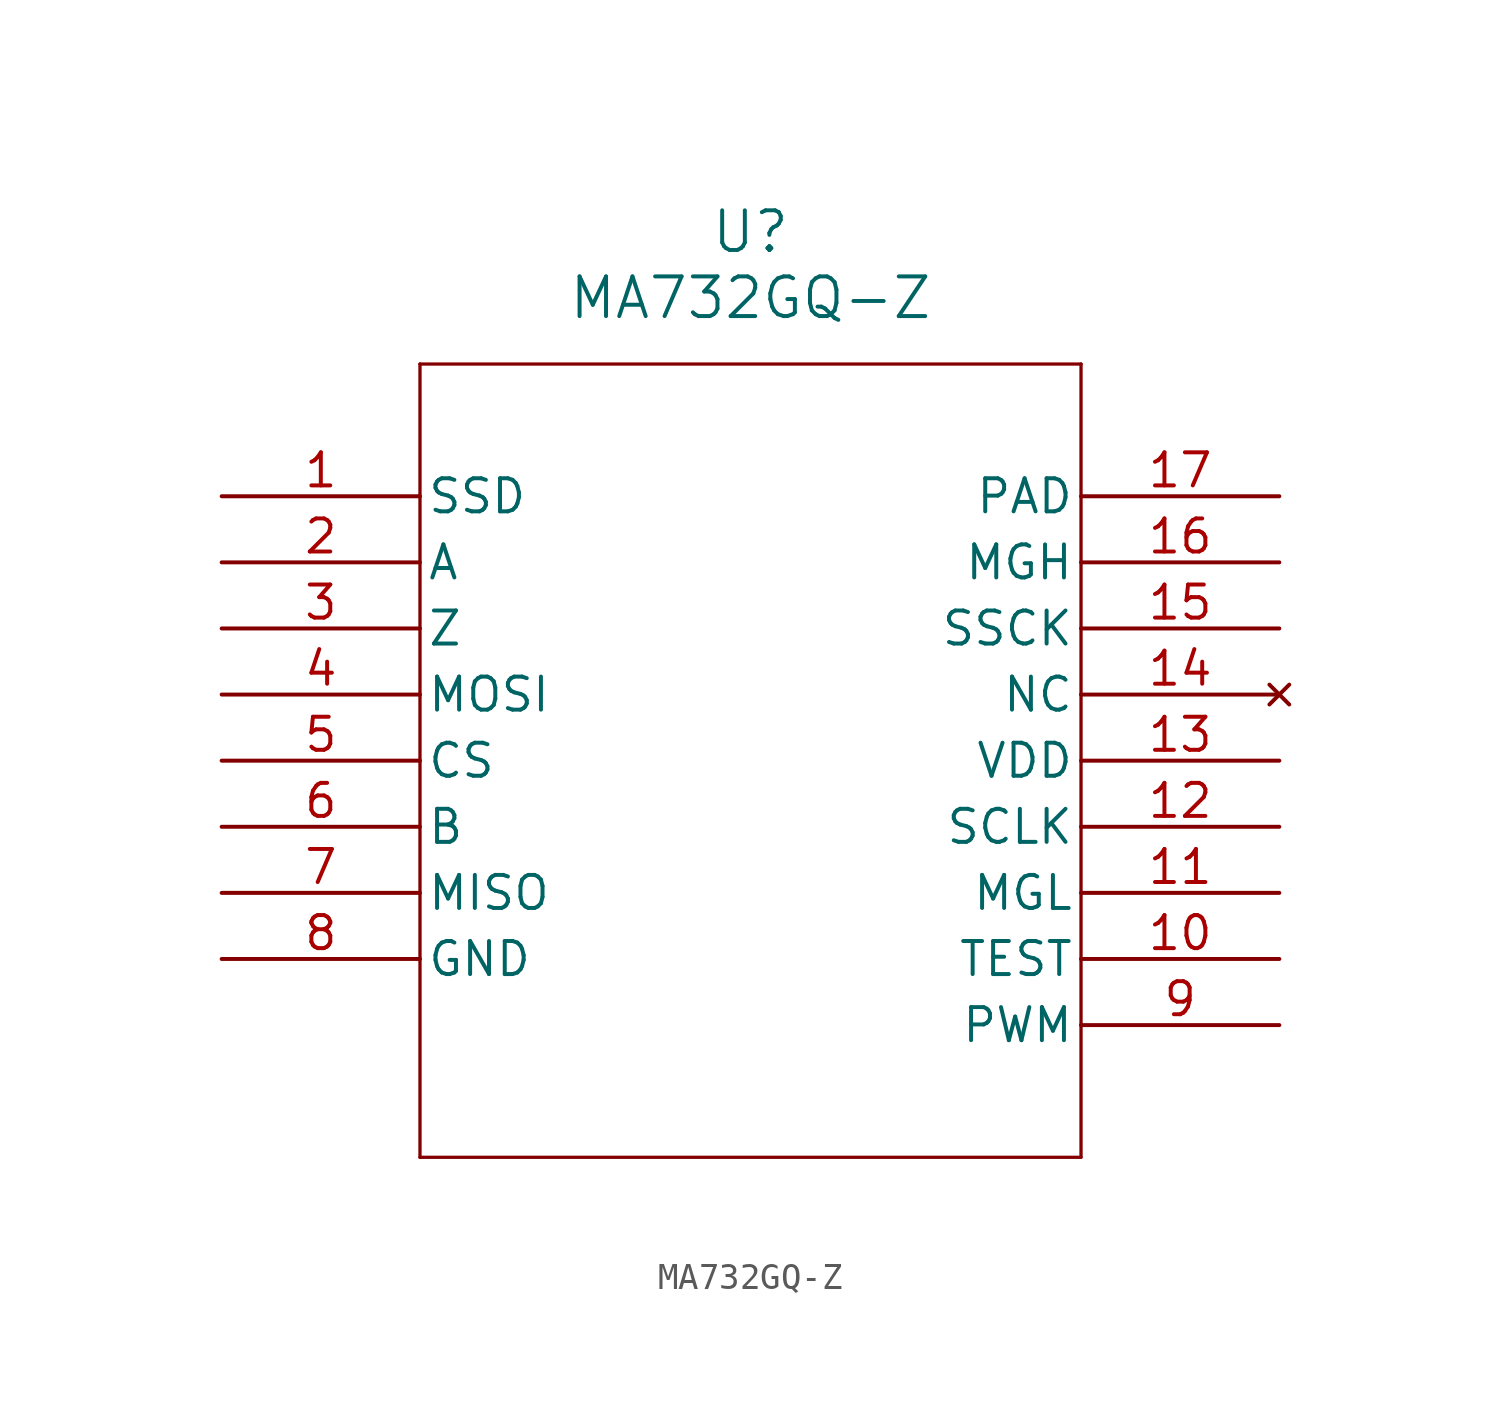
<source format=kicad_sym>
(kicad_symbol_lib
  (version 20211014)
  (generator kicad_symbol_editor)
  (symbol "MA732GQ-Z"
    (pin_names
      (offset 0.254))
    (property "Reference" "U"
      (at 20.32 10.16 0)
      (effects (font (size 1.524 1.524))))
    (property "Value" "MA732GQ-Z"
      (at 20.32 7.62 0)
      (effects (font (size 1.524 1.524))))
    (symbol "MA732GQ-Z_0_1"
      (polyline (pts (xy 7.62 5.08) (xy 7.62 -25.4)) (stroke (width 0.127) (type default) (color 0 0 0 0)) (fill (type none)))
      (polyline (pts (xy 7.62 -25.4) (xy 33.02 -25.4)) (stroke (width 0.127) (type default) (color 0 0 0 0)) (fill (type none)))
      (polyline (pts (xy 33.02 -25.4) (xy 33.02 5.08)) (stroke (width 0.127) (type default) (color 0 0 0 0)) (fill (type none)))
      (polyline (pts (xy 33.02 5.08) (xy 7.62 5.08)) (stroke (width 0.127) (type default) (color 0 0 0 0)) (fill (type none)))
      (pin output line (at 0 0 0) (length 7.62) (name "SSD" (effects (font (size 1.27 1.27)))) (number "1" (effects (font (size 1.27 1.27)))))
      (pin output line (at 0 -2.54 0) (length 7.62) (name "A" (effects (font (size 1.27 1.27)))) (number "2" (effects (font (size 1.27 1.27)))))
      (pin output line (at 0 -5.08 0) (length 7.62) (name "Z" (effects (font (size 1.27 1.27)))) (number "3" (effects (font (size 1.27 1.27)))))
      (pin input line (at 0 -7.62 0) (length 7.62) (name "MOSI" (effects (font (size 1.27 1.27)))) (number "4" (effects (font (size 1.27 1.27)))))
      (pin unspecified line (at 0 -10.16 0) (length 7.62) (name "CS" (effects (font (size 1.27 1.27)))) (number "5" (effects (font (size 1.27 1.27)))))
      (pin output line (at 0 -12.7 0) (length 7.62) (name "B" (effects (font (size 1.27 1.27)))) (number "6" (effects (font (size 1.27 1.27)))))
      (pin output line (at 0 -15.24 0) (length 7.62) (name "MISO" (effects (font (size 1.27 1.27)))) (number "7" (effects (font (size 1.27 1.27)))))
      (pin power_in line (at 0 -17.78 0) (length 7.62) (name "GND" (effects (font (size 1.27 1.27)))) (number "8" (effects (font (size 1.27 1.27)))))
      (pin output line (at 40.64 -20.32 180) (length 7.62) (name "PWM" (effects (font (size 1.27 1.27)))) (number "9" (effects (font (size 1.27 1.27)))))
      (pin unspecified line (at 40.64 -17.78 180) (length 7.62) (name "TEST" (effects (font (size 1.27 1.27)))) (number "10" (effects (font (size 1.27 1.27)))))
      (pin output line (at 40.64 -15.24 180) (length 7.62) (name "MGL" (effects (font (size 1.27 1.27)))) (number "11" (effects (font (size 1.27 1.27)))))
      (pin unspecified line (at 40.64 -12.7 180) (length 7.62) (name "SCLK" (effects (font (size 1.27 1.27)))) (number "12" (effects (font (size 1.27 1.27)))))
      (pin power_in line (at 40.64 -10.16 180) (length 7.62) (name "VDD" (effects (font (size 1.27 1.27)))) (number "13" (effects (font (size 1.27 1.27)))))
      (pin no_connect line (at 40.64 -7.62 180) (length 7.62) (name "NC" (effects (font (size 1.27 1.27)))) (number "14" (effects (font (size 1.27 1.27)))))
      (pin unspecified line (at 40.64 -5.08 180) (length 7.62) (name "SSCK" (effects (font (size 1.27 1.27)))) (number "15" (effects (font (size 1.27 1.27)))))
      (pin output line (at 40.64 -2.54 180) (length 7.62) (name "MGH" (effects (font (size 1.27 1.27)))) (number "16" (effects (font (size 1.27 1.27)))))
      (pin power_in line (at 40.64 0 180) (length 7.62) (name "PAD" (effects (font (size 1.27 1.27)))) (number "17" (effects (font (size 1.27 1.27))))))))
</source>
